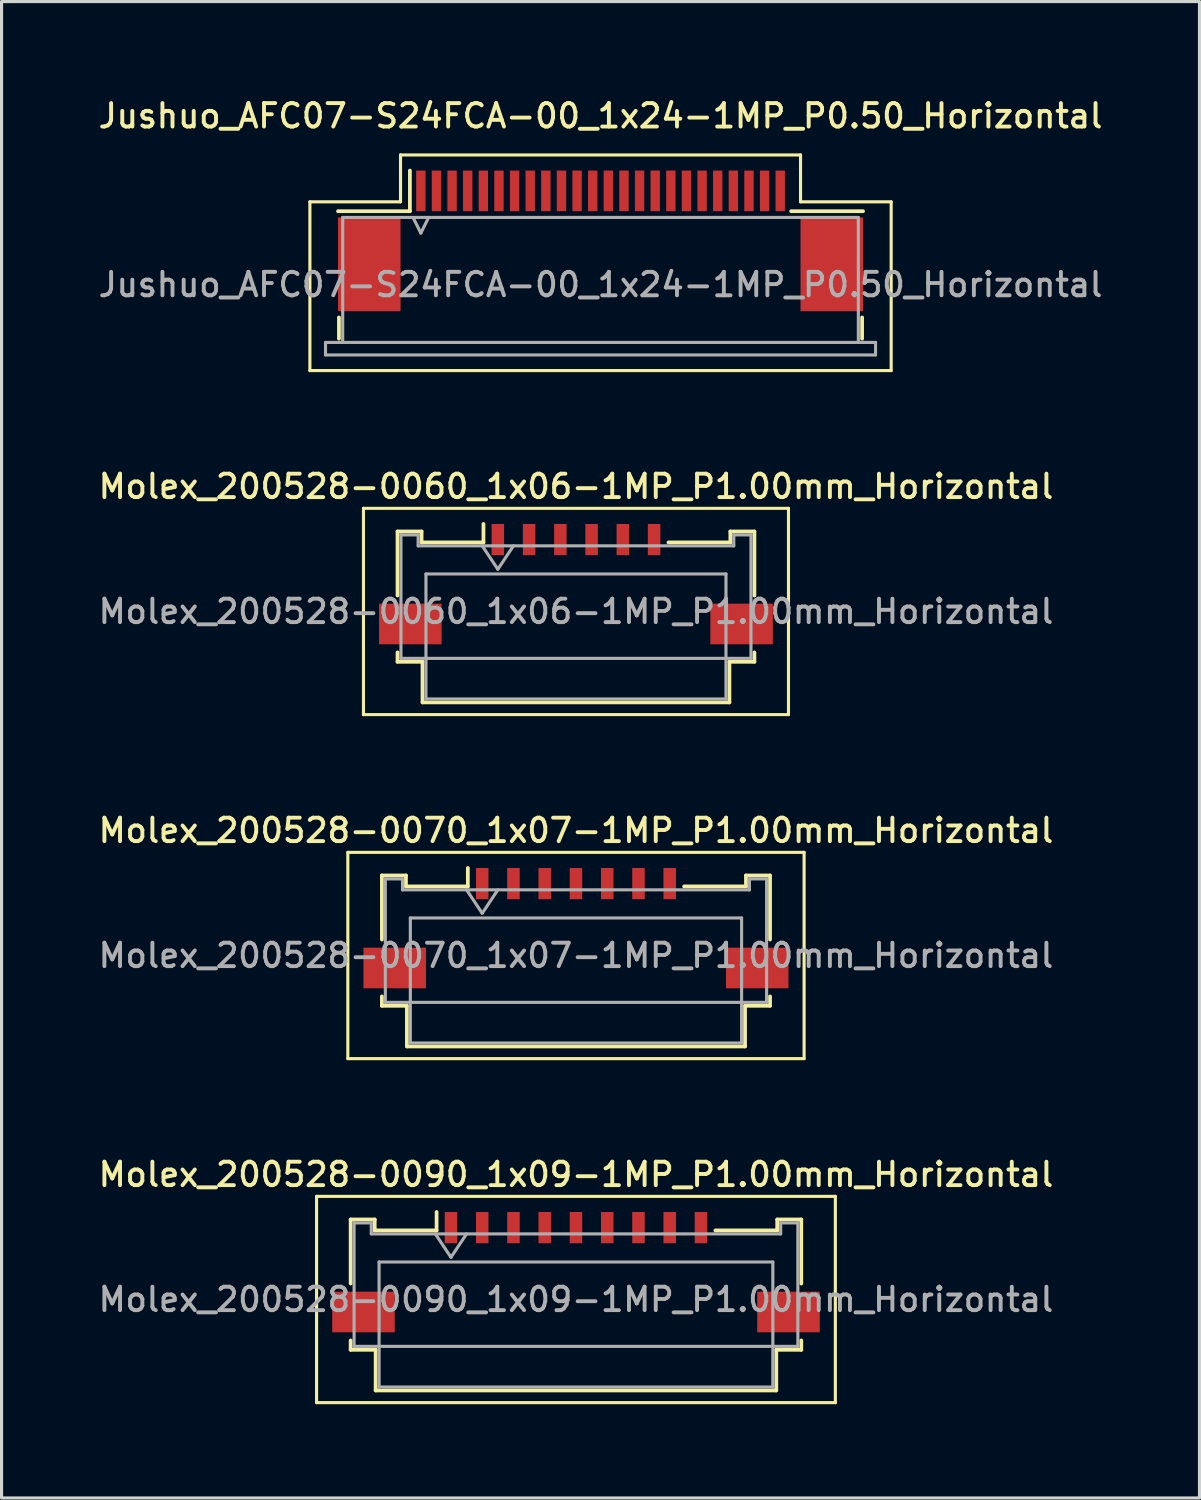
<source format=kicad_pcb>
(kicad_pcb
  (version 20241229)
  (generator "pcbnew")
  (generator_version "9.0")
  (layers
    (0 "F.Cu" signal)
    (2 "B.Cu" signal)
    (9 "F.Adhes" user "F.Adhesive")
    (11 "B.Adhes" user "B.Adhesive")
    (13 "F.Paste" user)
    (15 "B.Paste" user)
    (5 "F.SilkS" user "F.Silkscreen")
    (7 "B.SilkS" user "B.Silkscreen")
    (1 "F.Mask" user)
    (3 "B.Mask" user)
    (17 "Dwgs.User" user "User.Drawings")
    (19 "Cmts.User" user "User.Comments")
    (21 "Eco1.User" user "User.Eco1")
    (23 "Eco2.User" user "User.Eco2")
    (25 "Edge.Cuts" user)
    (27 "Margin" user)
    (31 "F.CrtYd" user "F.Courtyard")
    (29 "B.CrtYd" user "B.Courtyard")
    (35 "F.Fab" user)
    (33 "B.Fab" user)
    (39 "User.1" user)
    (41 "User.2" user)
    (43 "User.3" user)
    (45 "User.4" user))
  (footprint "Molex_200528-0090_1x09-1MP_P1.00mm_Horizontal"
    (layer "F.Cu")
    (at 15.38 37.142)
    (property "Reference" "Molex_200528-0090_1x09-1MP_P1.00mm_Horizontal" (at 0 -2.61 0) (layer "F.SilkS") (effects (font (size 0.75 0.75) (thickness 0.125))))
    (attr smd)
    (fp_line (start -8.3 -1.91) (end -8.3 4.69) (stroke (width 0.1) (type solid)) (layer "F.SilkS"))
    (fp_line (start -8.3 4.69) (end 8.3 4.69) (stroke (width 0.1) (type solid)) (layer "F.SilkS"))
    (fp_line (start -7.21 -1.17) (end -7.21 0.88) (stroke (width 0.12) (type solid)) (layer "F.SilkS"))
    (fp_line (start -7.21 2.7) (end -7.21 3) (stroke (width 0.12) (type solid)) (layer "F.SilkS"))
    (fp_line (start -7.21 3) (end -6.41 3) (stroke (width 0.12) (type solid)) (layer "F.SilkS"))
    (fp_line (start -6.44 -1.17) (end -7.21 -1.17) (stroke (width 0.12) (type solid)) (layer "F.SilkS"))
    (fp_line (start -6.44 -0.82) (end -6.44 -1.17) (stroke (width 0.12) (type solid)) (layer "F.SilkS"))
    (fp_line (start -6.41 3) (end -6.41 4.3) (stroke (width 0.12) (type solid)) (layer "F.SilkS"))
    (fp_line (start -6.41 4.3) (end 6.41 4.3) (stroke (width 0.12) (type solid)) (layer "F.SilkS"))
    (fp_line (start -4.46 -1.41) (end -4.46 -0.82) (stroke (width 0.12) (type solid)) (layer "F.SilkS"))
    (fp_line (start -4.46 -0.82) (end -6.44 -0.82) (stroke (width 0.12) (type solid)) (layer "F.SilkS"))
    (fp_line (start 6.41 3) (end 7.21 3) (stroke (width 0.12) (type solid)) (layer "F.SilkS"))
    (fp_line (start 6.41 4.3) (end 6.41 3) (stroke (width 0.12) (type solid)) (layer "F.SilkS"))
    (fp_line (start 6.44 -1.17) (end 6.44 -0.82) (stroke (width 0.12) (type solid)) (layer "F.SilkS"))
    (fp_line (start 6.44 -0.82) (end 4.46 -0.82) (stroke (width 0.12) (type solid)) (layer "F.SilkS"))
    (fp_line (start 7.21 -1.17) (end 6.44 -1.17) (stroke (width 0.12) (type solid)) (layer "F.SilkS"))
    (fp_line (start 7.21 0.88) (end 7.21 -1.17) (stroke (width 0.12) (type solid)) (layer "F.SilkS"))
    (fp_line (start 7.21 3) (end 7.21 2.7) (stroke (width 0.12) (type solid)) (layer "F.SilkS"))
    (fp_line (start 8.3 -1.91) (end -8.3 -1.91) (stroke (width 0.1) (type solid)) (layer "F.SilkS"))
    (fp_line (start 8.3 4.69) (end 8.3 -1.91) (stroke (width 0.1) (type solid)) (layer "F.SilkS"))
    (fp_line (start -7.1 -1.06) (end -7.1 2.89) (stroke (width 0.1) (type solid)) (layer "F.Fab"))
    (fp_line (start -7.1 2.89) (end 7.1 2.89) (stroke (width 0.1) (type solid)) (layer "F.Fab"))
    (fp_line (start -6.55 -1.06) (end -7.1 -1.06) (stroke (width 0.1) (type solid)) (layer "F.Fab"))
    (fp_line (start -6.55 -0.71) (end -6.55 -1.06) (stroke (width 0.1) (type solid)) (layer "F.Fab"))
    (fp_line (start -6.3 0.19) (end -6.3 4.19) (stroke (width 0.1) (type solid)) (layer "F.Fab"))
    (fp_line (start -6.3 4.19) (end 6.3 4.19) (stroke (width 0.1) (type solid)) (layer "F.Fab"))
    (fp_line (start -4.5 -0.71) (end -4 0.04) (stroke (width 0.1) (type solid)) (layer "F.Fab"))
    (fp_line (start -4 0.04) (end -3.5 -0.71) (stroke (width 0.1) (type solid)) (layer "F.Fab"))
    (fp_line (start 6.3 0.19) (end -6.3 0.19) (stroke (width 0.1) (type solid)) (layer "F.Fab"))
    (fp_line (start 6.3 4.19) (end 6.3 0.19) (stroke (width 0.1) (type solid)) (layer "F.Fab"))
    (fp_line (start 6.55 -1.06) (end 6.55 -0.71) (stroke (width 0.1) (type solid)) (layer "F.Fab"))
    (fp_line (start 6.55 -0.71) (end -6.55 -0.71) (stroke (width 0.1) (type solid)) (layer "F.Fab"))
    (fp_line (start 7.1 -1.06) (end 6.55 -1.06) (stroke (width 0.1) (type solid)) (layer "F.Fab"))
    (fp_line (start 7.1 2.89) (end 7.1 -1.06) (stroke (width 0.1) (type solid)) (layer "F.Fab"))
    (fp_text user "${REFERENCE}" (at 0 1.39 0) (layer "F.Fab") (effects (font (size 0.75 0.75) (thickness 0.125))))
    (pad "1" smd rect (at -4 -0.91) (size 0.4 1) (layers "F.Cu" "F.Mask" "F.Paste"))
    (pad "2" smd rect (at -3 -0.91) (size 0.4 1) (layers "F.Cu" "F.Mask" "F.Paste"))
    (pad "3" smd rect (at -2 -0.91) (size 0.4 1) (layers "F.Cu" "F.Mask" "F.Paste"))
    (pad "4" smd rect (at -1 -0.91) (size 0.4 1) (layers "F.Cu" "F.Mask" "F.Paste"))
    (pad "5" smd rect (at 0 -0.91) (size 0.4 1) (layers "F.Cu" "F.Mask" "F.Paste"))
    (pad "6" smd rect (at 1 -0.91) (size 0.4 1) (layers "F.Cu" "F.Mask" "F.Paste"))
    (pad "7" smd rect (at 2 -0.91) (size 0.4 1) (layers "F.Cu" "F.Mask" "F.Paste"))
    (pad "8" smd rect (at 3 -0.91) (size 0.4 1) (layers "F.Cu" "F.Mask" "F.Paste"))
    (pad "9" smd rect (at 4 -0.91) (size 0.4 1) (layers "F.Cu" "F.Mask" "F.Paste"))
    (pad "MP" smd rect (at -6.8 1.79) (size 2 1.3) (layers "F.Cu" "F.Mask" "F.Paste"))
    (pad "MP" smd rect (at 6.8 1.79) (size 2 1.3) (layers "F.Cu" "F.Mask" "F.Paste")))
  (footprint "Molex_200528-0070_1x07-1MP_P1.00mm_Horizontal"
    (layer "F.Cu")
    (at 15.38 26.134)
    (property "Reference" "Molex_200528-0070_1x07-1MP_P1.00mm_Horizontal" (at 0 -2.61 0) (layer "F.SilkS") (effects (font (size 0.75 0.75) (thickness 0.125))))
    (attr smd)
    (fp_line (start -7.3 -1.91) (end -7.3 4.69) (stroke (width 0.1) (type solid)) (layer "F.SilkS"))
    (fp_line (start -7.3 4.69) (end 7.3 4.69) (stroke (width 0.1) (type solid)) (layer "F.SilkS"))
    (fp_line (start -6.21 -1.17) (end -6.21 0.88) (stroke (width 0.12) (type solid)) (layer "F.SilkS"))
    (fp_line (start -6.21 2.7) (end -6.21 3) (stroke (width 0.12) (type solid)) (layer "F.SilkS"))
    (fp_line (start -6.21 3) (end -5.41 3) (stroke (width 0.12) (type solid)) (layer "F.SilkS"))
    (fp_line (start -5.44 -1.17) (end -6.21 -1.17) (stroke (width 0.12) (type solid)) (layer "F.SilkS"))
    (fp_line (start -5.44 -0.82) (end -5.44 -1.17) (stroke (width 0.12) (type solid)) (layer "F.SilkS"))
    (fp_line (start -5.41 3) (end -5.41 4.3) (stroke (width 0.12) (type solid)) (layer "F.SilkS"))
    (fp_line (start -5.41 4.3) (end 5.41 4.3) (stroke (width 0.12) (type solid)) (layer "F.SilkS"))
    (fp_line (start -3.46 -1.41) (end -3.46 -0.82) (stroke (width 0.12) (type solid)) (layer "F.SilkS"))
    (fp_line (start -3.46 -0.82) (end -5.44 -0.82) (stroke (width 0.12) (type solid)) (layer "F.SilkS"))
    (fp_line (start 5.41 3) (end 6.21 3) (stroke (width 0.12) (type solid)) (layer "F.SilkS"))
    (fp_line (start 5.41 4.3) (end 5.41 3) (stroke (width 0.12) (type solid)) (layer "F.SilkS"))
    (fp_line (start 5.44 -1.17) (end 5.44 -0.82) (stroke (width 0.12) (type solid)) (layer "F.SilkS"))
    (fp_line (start 5.44 -0.82) (end 3.46 -0.82) (stroke (width 0.12) (type solid)) (layer "F.SilkS"))
    (fp_line (start 6.21 -1.17) (end 5.44 -1.17) (stroke (width 0.12) (type solid)) (layer "F.SilkS"))
    (fp_line (start 6.21 0.88) (end 6.21 -1.17) (stroke (width 0.12) (type solid)) (layer "F.SilkS"))
    (fp_line (start 6.21 3) (end 6.21 2.7) (stroke (width 0.12) (type solid)) (layer "F.SilkS"))
    (fp_line (start 7.3 -1.91) (end -7.3 -1.91) (stroke (width 0.1) (type solid)) (layer "F.SilkS"))
    (fp_line (start 7.3 4.69) (end 7.3 -1.91) (stroke (width 0.1) (type solid)) (layer "F.SilkS"))
    (fp_line (start -6.1 -1.06) (end -6.1 2.89) (stroke (width 0.1) (type solid)) (layer "F.Fab"))
    (fp_line (start -6.1 2.89) (end 6.1 2.89) (stroke (width 0.1) (type solid)) (layer "F.Fab"))
    (fp_line (start -5.55 -1.06) (end -6.1 -1.06) (stroke (width 0.1) (type solid)) (layer "F.Fab"))
    (fp_line (start -5.55 -0.71) (end -5.55 -1.06) (stroke (width 0.1) (type solid)) (layer "F.Fab"))
    (fp_line (start -5.3 0.19) (end -5.3 4.19) (stroke (width 0.1) (type solid)) (layer "F.Fab"))
    (fp_line (start -5.3 4.19) (end 5.3 4.19) (stroke (width 0.1) (type solid)) (layer "F.Fab"))
    (fp_line (start -3.5 -0.71) (end -3 0.04) (stroke (width 0.1) (type solid)) (layer "F.Fab"))
    (fp_line (start -3 0.04) (end -2.5 -0.71) (stroke (width 0.1) (type solid)) (layer "F.Fab"))
    (fp_line (start 5.3 0.19) (end -5.3 0.19) (stroke (width 0.1) (type solid)) (layer "F.Fab"))
    (fp_line (start 5.3 4.19) (end 5.3 0.19) (stroke (width 0.1) (type solid)) (layer "F.Fab"))
    (fp_line (start 5.55 -1.06) (end 5.55 -0.71) (stroke (width 0.1) (type solid)) (layer "F.Fab"))
    (fp_line (start 5.55 -0.71) (end -5.55 -0.71) (stroke (width 0.1) (type solid)) (layer "F.Fab"))
    (fp_line (start 6.1 -1.06) (end 5.55 -1.06) (stroke (width 0.1) (type solid)) (layer "F.Fab"))
    (fp_line (start 6.1 2.89) (end 6.1 -1.06) (stroke (width 0.1) (type solid)) (layer "F.Fab"))
    (fp_text user "${REFERENCE}" (at 0 1.39 0) (layer "F.Fab") (effects (font (size 0.75 0.75) (thickness 0.125))))
    (pad "1" smd rect (at -3 -0.91) (size 0.4 1) (layers "F.Cu" "F.Mask" "F.Paste"))
    (pad "2" smd rect (at -2 -0.91) (size 0.4 1) (layers "F.Cu" "F.Mask" "F.Paste"))
    (pad "3" smd rect (at -1 -0.91) (size 0.4 1) (layers "F.Cu" "F.Mask" "F.Paste"))
    (pad "4" smd rect (at 0 -0.91) (size 0.4 1) (layers "F.Cu" "F.Mask" "F.Paste"))
    (pad "5" smd rect (at 1 -0.91) (size 0.4 1) (layers "F.Cu" "F.Mask" "F.Paste"))
    (pad "6" smd rect (at 2 -0.91) (size 0.4 1) (layers "F.Cu" "F.Mask" "F.Paste"))
    (pad "7" smd rect (at 3 -0.91) (size 0.4 1) (layers "F.Cu" "F.Mask" "F.Paste"))
    (pad "MP" smd rect (at -5.8 1.79) (size 2 1.3) (layers "F.Cu" "F.Mask" "F.Paste"))
    (pad "MP" smd rect (at 5.8 1.79) (size 2 1.3) (layers "F.Cu" "F.Mask" "F.Paste")))
  (footprint "Molex_200528-0060_1x06-1MP_P1.00mm_Horizontal"
    (layer "F.Cu")
    (at 15.38 15.126)
    (property "Reference" "Molex_200528-0060_1x06-1MP_P1.00mm_Horizontal" (at 0 -2.61 0) (layer "F.SilkS") (effects (font (size 0.75 0.75) (thickness 0.125))))
    (attr smd)
    (fp_line (start -6.8 -1.91) (end -6.8 4.69) (stroke (width 0.1) (type solid)) (layer "F.SilkS"))
    (fp_line (start -6.8 4.69) (end 6.8 4.69) (stroke (width 0.1) (type solid)) (layer "F.SilkS"))
    (fp_line (start -5.71 -1.17) (end -5.71 0.88) (stroke (width 0.12) (type solid)) (layer "F.SilkS"))
    (fp_line (start -5.71 2.7) (end -5.71 3) (stroke (width 0.12) (type solid)) (layer "F.SilkS"))
    (fp_line (start -5.71 3) (end -4.91 3) (stroke (width 0.12) (type solid)) (layer "F.SilkS"))
    (fp_line (start -4.94 -1.17) (end -5.71 -1.17) (stroke (width 0.12) (type solid)) (layer "F.SilkS"))
    (fp_line (start -4.94 -0.82) (end -4.94 -1.17) (stroke (width 0.12) (type solid)) (layer "F.SilkS"))
    (fp_line (start -4.91 3) (end -4.91 4.3) (stroke (width 0.12) (type solid)) (layer "F.SilkS"))
    (fp_line (start -4.91 4.3) (end 4.91 4.3) (stroke (width 0.12) (type solid)) (layer "F.SilkS"))
    (fp_line (start -2.96 -1.41) (end -2.96 -0.82) (stroke (width 0.12) (type solid)) (layer "F.SilkS"))
    (fp_line (start -2.96 -0.82) (end -4.94 -0.82) (stroke (width 0.12) (type solid)) (layer "F.SilkS"))
    (fp_line (start 4.91 3) (end 5.71 3) (stroke (width 0.12) (type solid)) (layer "F.SilkS"))
    (fp_line (start 4.91 4.3) (end 4.91 3) (stroke (width 0.12) (type solid)) (layer "F.SilkS"))
    (fp_line (start 4.94 -1.17) (end 4.94 -0.82) (stroke (width 0.12) (type solid)) (layer "F.SilkS"))
    (fp_line (start 4.94 -0.82) (end 2.96 -0.82) (stroke (width 0.12) (type solid)) (layer "F.SilkS"))
    (fp_line (start 5.71 -1.17) (end 4.94 -1.17) (stroke (width 0.12) (type solid)) (layer "F.SilkS"))
    (fp_line (start 5.71 0.88) (end 5.71 -1.17) (stroke (width 0.12) (type solid)) (layer "F.SilkS"))
    (fp_line (start 5.71 3) (end 5.71 2.7) (stroke (width 0.12) (type solid)) (layer "F.SilkS"))
    (fp_line (start 6.8 -1.91) (end -6.8 -1.91) (stroke (width 0.1) (type solid)) (layer "F.SilkS"))
    (fp_line (start 6.8 4.69) (end 6.8 -1.91) (stroke (width 0.1) (type solid)) (layer "F.SilkS"))
    (fp_line (start -5.6 -1.06) (end -5.6 2.89) (stroke (width 0.1) (type solid)) (layer "F.Fab"))
    (fp_line (start -5.6 2.89) (end 5.6 2.89) (stroke (width 0.1) (type solid)) (layer "F.Fab"))
    (fp_line (start -5.05 -1.06) (end -5.6 -1.06) (stroke (width 0.1) (type solid)) (layer "F.Fab"))
    (fp_line (start -5.05 -0.71) (end -5.05 -1.06) (stroke (width 0.1) (type solid)) (layer "F.Fab"))
    (fp_line (start -4.8 0.19) (end -4.8 4.19) (stroke (width 0.1) (type solid)) (layer "F.Fab"))
    (fp_line (start -4.8 4.19) (end 4.8 4.19) (stroke (width 0.1) (type solid)) (layer "F.Fab"))
    (fp_line (start -3 -0.71) (end -2.5 0.04) (stroke (width 0.1) (type solid)) (layer "F.Fab"))
    (fp_line (start -2.5 0.04) (end -2 -0.71) (stroke (width 0.1) (type solid)) (layer "F.Fab"))
    (fp_line (start 4.8 0.19) (end -4.8 0.19) (stroke (width 0.1) (type solid)) (layer "F.Fab"))
    (fp_line (start 4.8 4.19) (end 4.8 0.19) (stroke (width 0.1) (type solid)) (layer "F.Fab"))
    (fp_line (start 5.05 -1.06) (end 5.05 -0.71) (stroke (width 0.1) (type solid)) (layer "F.Fab"))
    (fp_line (start 5.05 -0.71) (end -5.05 -0.71) (stroke (width 0.1) (type solid)) (layer "F.Fab"))
    (fp_line (start 5.6 -1.06) (end 5.05 -1.06) (stroke (width 0.1) (type solid)) (layer "F.Fab"))
    (fp_line (start 5.6 2.89) (end 5.6 -1.06) (stroke (width 0.1) (type solid)) (layer "F.Fab"))
    (fp_text user "${REFERENCE}" (at 0 1.39 0) (layer "F.Fab") (effects (font (size 0.75 0.75) (thickness 0.125))))
    (pad "1" smd rect (at -2.5 -0.91) (size 0.4 1) (layers "F.Cu" "F.Mask" "F.Paste"))
    (pad "2" smd rect (at -1.5 -0.91) (size 0.4 1) (layers "F.Cu" "F.Mask" "F.Paste"))
    (pad "3" smd rect (at -0.5 -0.91) (size 0.4 1) (layers "F.Cu" "F.Mask" "F.Paste"))
    (pad "4" smd rect (at 0.5 -0.91) (size 0.4 1) (layers "F.Cu" "F.Mask" "F.Paste"))
    (pad "5" smd rect (at 1.5 -0.91) (size 0.4 1) (layers "F.Cu" "F.Mask" "F.Paste"))
    (pad "6" smd rect (at 2.5 -0.91) (size 0.4 1) (layers "F.Cu" "F.Mask" "F.Paste"))
    (pad "MP" smd rect (at -5.3 1.79) (size 2 1.3) (layers "F.Cu" "F.Mask" "F.Paste"))
    (pad "MP" smd rect (at 5.3 1.79) (size 2 1.3) (layers "F.Cu" "F.Mask" "F.Paste")))
  (footprint "Jushuo_AFC07-S24FCA-00_1x24-1MP_P0.50_Horizontal"
    (layer "F.Cu")
    (at 16.166 4.658)
    (property "Reference" "Jushuo_AFC07-S24FCA-00_1x24-1MP_P0.50_Horizontal" (at 0 -4 0) (layer "F.SilkS") (effects (font (size 0.75 0.75) (thickness 0.125))))
    (attr smd)
    (fp_line (start -9.3 -1.25) (end -9.3 4.15) (stroke (width 0.1) (type solid)) (layer "F.SilkS"))
    (fp_line (start -9.3 4.15) (end 9.3 4.15) (stroke (width 0.1) (type solid)) (layer "F.SilkS"))
    (fp_line (start -8.37 2.45) (end -8.37 3.13) (stroke (width 0.12) (type solid)) (layer "F.SilkS"))
    (fp_line (start -6.4 -2.75) (end -6.4 -1.25) (stroke (width 0.1) (type solid)) (layer "F.SilkS"))
    (fp_line (start -6.4 -1.25) (end -9.3 -1.25) (stroke (width 0.1) (type solid)) (layer "F.SilkS"))
    (fp_line (start -6.1 -0.95) (end -8.4 -0.95) (stroke (width 0.12) (type solid)) (layer "F.SilkS"))
    (fp_line (start -6.1 -0.95) (end -6.1 -2.25) (stroke (width 0.12) (type solid)) (layer "F.SilkS"))
    (fp_line (start 6.1 -0.95) (end 8.4 -0.95) (stroke (width 0.12) (type solid)) (layer "F.SilkS"))
    (fp_line (start 6.4 -2.75) (end -6.4 -2.75) (stroke (width 0.1) (type solid)) (layer "F.SilkS"))
    (fp_line (start 6.4 -1.25) (end 6.4 -2.75) (stroke (width 0.1) (type solid)) (layer "F.SilkS"))
    (fp_line (start 8.37 2.45) (end 8.37 3.13) (stroke (width 0.12) (type solid)) (layer "F.SilkS"))
    (fp_line (start 9.3 -1.25) (end 6.4 -1.25) (stroke (width 0.1) (type solid)) (layer "F.SilkS"))
    (fp_line (start 9.3 4.15) (end 9.3 -1.25) (stroke (width 0.1) (type solid)) (layer "F.SilkS"))
    (fp_line (start -8.8 3.25) (end -8.8 3.65) (stroke (width 0.1) (type solid)) (layer "F.Fab"))
    (fp_line (start -8.8 3.65) (end 8.8 3.65) (stroke (width 0.1) (type solid)) (layer "F.Fab"))
    (fp_line (start -8.25 -0.75) (end 8.25 -0.75) (stroke (width 0.1) (type solid)) (layer "F.Fab"))
    (fp_line (start -8.25 3.25) (end -8.8 3.25) (stroke (width 0.1) (type solid)) (layer "F.Fab"))
    (fp_line (start -8.25 3.25) (end -8.25 -0.75) (stroke (width 0.1) (type solid)) (layer "F.Fab"))
    (fp_line (start -6 -0.75) (end -5.75 -0.25) (stroke (width 0.1) (type solid)) (layer "F.Fab"))
    (fp_line (start -5.75 -0.25) (end -5.5 -0.75) (stroke (width 0.1) (type solid)) (layer "F.Fab"))
    (fp_line (start 8.25 3.25) (end -8.25 3.25) (stroke (width 0.1) (type solid)) (layer "F.Fab"))
    (fp_line (start 8.25 3.25) (end 8.25 -0.75) (stroke (width 0.1) (type solid)) (layer "F.Fab"))
    (fp_line (start 8.8 3.25) (end 8.25 3.25) (stroke (width 0.1) (type solid)) (layer "F.Fab"))
    (fp_line (start 8.8 3.65) (end 8.8 3.25) (stroke (width 0.1) (type solid)) (layer "F.Fab"))
    (fp_text user "${REFERENCE}" (at 0 1.4 0) (unlocked yes) (layer "F.Fab") (effects (font (size 0.75 0.75) (thickness 0.125))))
    (pad "1" smd rect (at -5.75 -1.6) (size 0.3 1.3) (layers "F.Cu" "F.Mask" "F.Paste"))
    (pad "2" smd rect (at -5.25 -1.6) (size 0.3 1.3) (layers "F.Cu" "F.Mask" "F.Paste"))
    (pad "3" smd rect (at -4.75 -1.6) (size 0.3 1.3) (layers "F.Cu" "F.Mask" "F.Paste"))
    (pad "4" smd rect (at -4.25 -1.6) (size 0.3 1.3) (layers "F.Cu" "F.Mask" "F.Paste"))
    (pad "5" smd rect (at -3.75 -1.6) (size 0.3 1.3) (layers "F.Cu" "F.Mask" "F.Paste"))
    (pad "6" smd rect (at -3.25 -1.6) (size 0.3 1.3) (layers "F.Cu" "F.Mask" "F.Paste"))
    (pad "7" smd rect (at -2.75 -1.6) (size 0.3 1.3) (layers "F.Cu" "F.Mask" "F.Paste"))
    (pad "8" smd rect (at -2.25 -1.6) (size 0.3 1.3) (layers "F.Cu" "F.Mask" "F.Paste"))
    (pad "9" smd rect (at -1.75 -1.6) (size 0.3 1.3) (layers "F.Cu" "F.Mask" "F.Paste"))
    (pad "10" smd rect (at -1.25 -1.6) (size 0.3 1.3) (layers "F.Cu" "F.Mask" "F.Paste"))
    (pad "11" smd rect (at -0.75 -1.6) (size 0.3 1.3) (layers "F.Cu" "F.Mask" "F.Paste"))
    (pad "12" smd rect (at -0.25 -1.6) (size 0.3 1.3) (layers "F.Cu" "F.Mask" "F.Paste"))
    (pad "13" smd rect (at 0.25 -1.6) (size 0.3 1.3) (layers "F.Cu" "F.Mask" "F.Paste"))
    (pad "14" smd rect (at 0.75 -1.6) (size 0.3 1.3) (layers "F.Cu" "F.Mask" "F.Paste"))
    (pad "15" smd rect (at 1.25 -1.6) (size 0.3 1.3) (layers "F.Cu" "F.Mask" "F.Paste"))
    (pad "16" smd rect (at 1.75 -1.6) (size 0.3 1.3) (layers "F.Cu" "F.Mask" "F.Paste"))
    (pad "17" smd rect (at 2.25 -1.6) (size 0.3 1.3) (layers "F.Cu" "F.Mask" "F.Paste"))
    (pad "18" smd rect (at 2.75 -1.6) (size 0.3 1.3) (layers "F.Cu" "F.Mask" "F.Paste"))
    (pad "19" smd rect (at 3.25 -1.6) (size 0.3 1.3) (layers "F.Cu" "F.Mask" "F.Paste"))
    (pad "20" smd rect (at 3.75 -1.6) (size 0.3 1.3) (layers "F.Cu" "F.Mask" "F.Paste"))
    (pad "21" smd rect (at 4.25 -1.6) (size 0.3 1.3) (layers "F.Cu" "F.Mask" "F.Paste"))
    (pad "22" smd rect (at 4.75 -1.6) (size 0.3 1.3) (layers "F.Cu" "F.Mask" "F.Paste"))
    (pad "23" smd rect (at 5.25 -1.6) (size 0.3 1.3) (layers "F.Cu" "F.Mask" "F.Paste"))
    (pad "24" smd rect (at 5.75 -1.6) (size 0.3 1.3) (layers "F.Cu" "F.Mask" "F.Paste"))
    (pad "MP" smd rect (at -7.4 0.75) (size 2 3) (layers "F.Cu" "F.Mask" "F.Paste"))
    (pad "MP" smd rect (at 7.4 0.75) (size 2 3) (layers "F.Cu" "F.Mask" "F.Paste")))
  (gr_rect
    (start -3 -3)
    (end 35.332 44.883)
    (stroke (width 0.1) (type default))
    (fill no)
    (layer "Edge.Cuts")))
</source>
